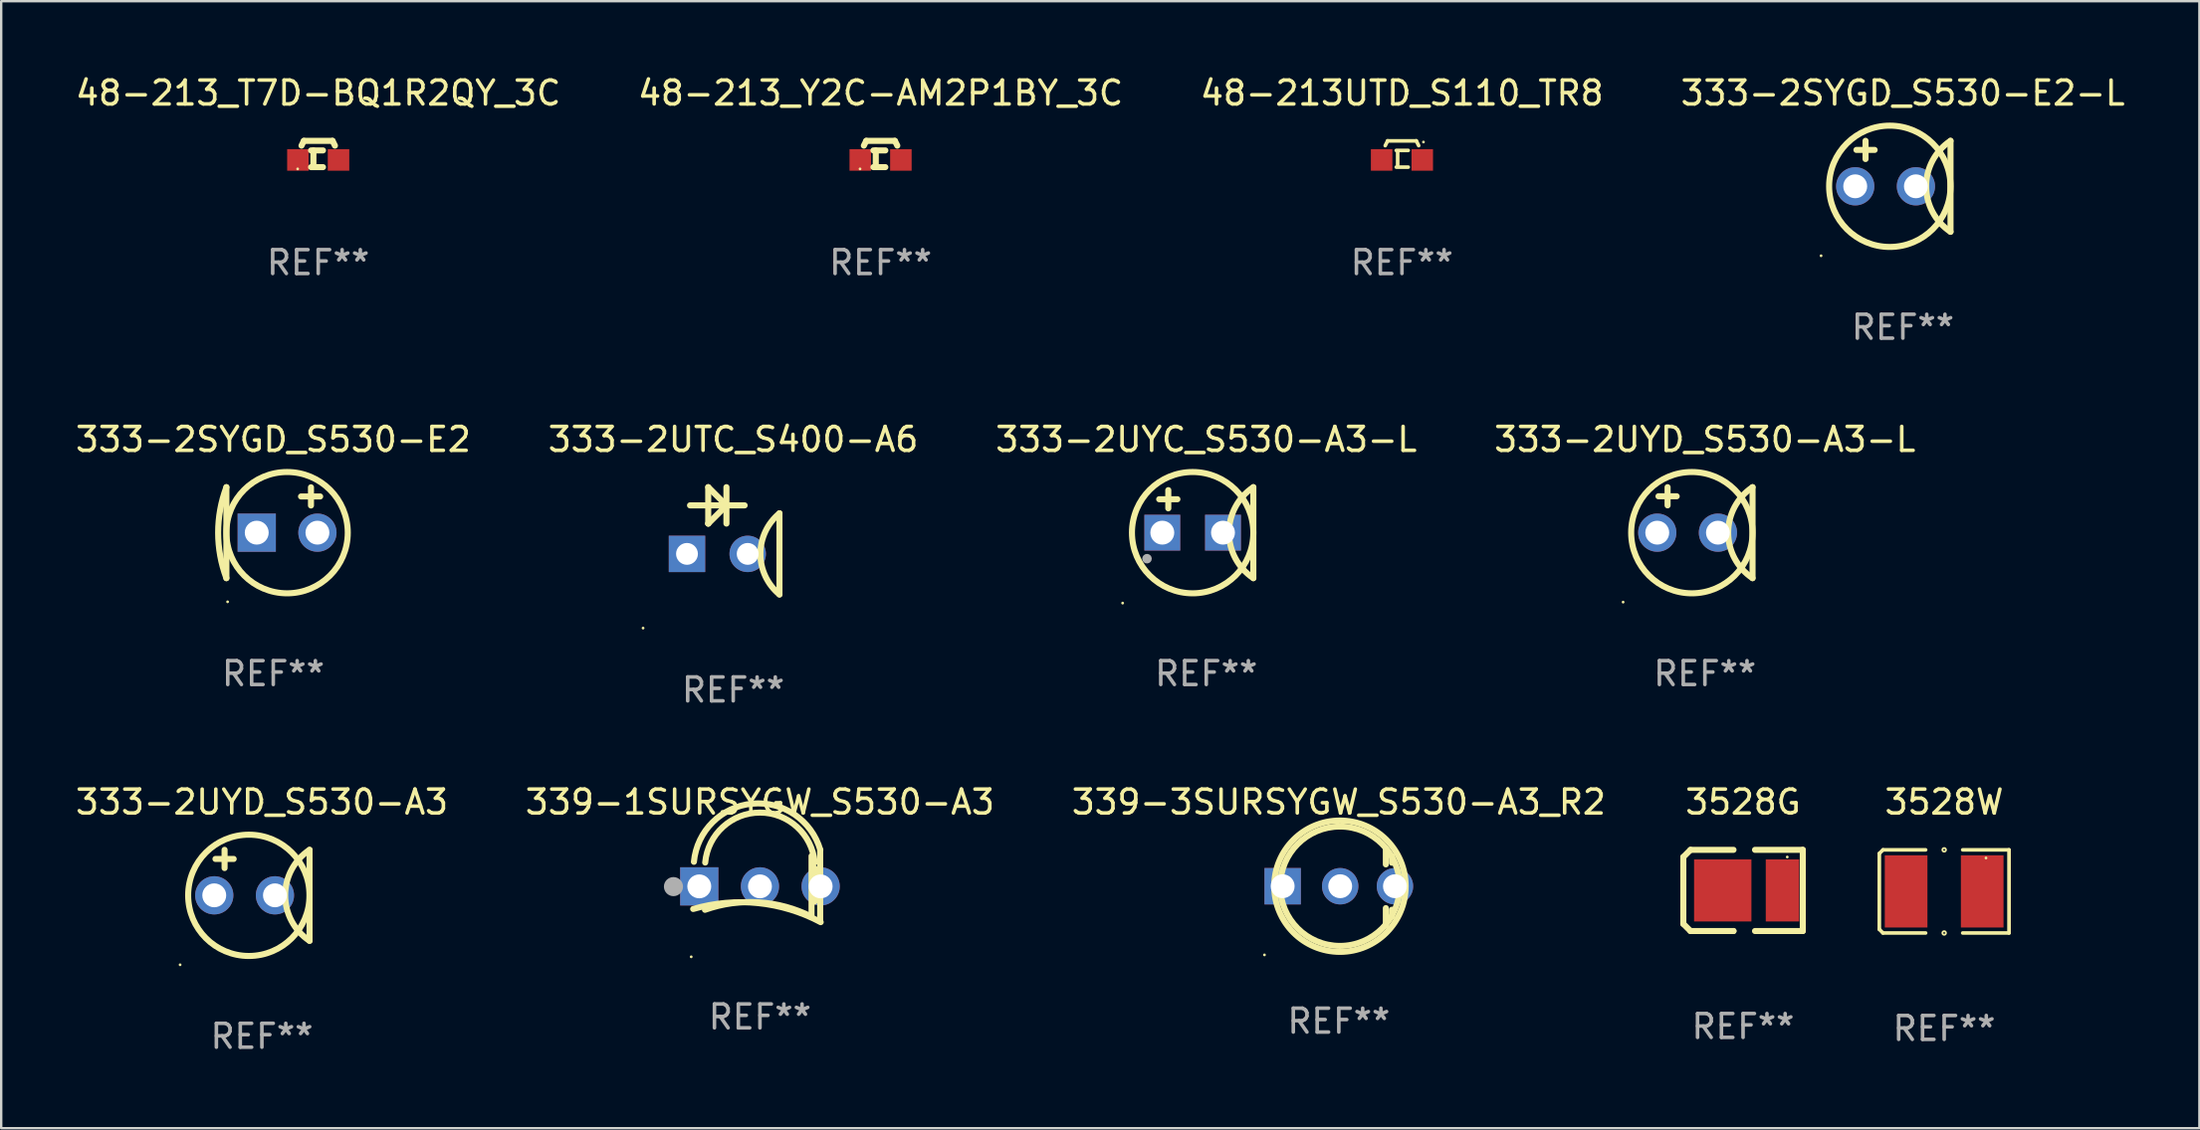
<source format=kicad_pcb>
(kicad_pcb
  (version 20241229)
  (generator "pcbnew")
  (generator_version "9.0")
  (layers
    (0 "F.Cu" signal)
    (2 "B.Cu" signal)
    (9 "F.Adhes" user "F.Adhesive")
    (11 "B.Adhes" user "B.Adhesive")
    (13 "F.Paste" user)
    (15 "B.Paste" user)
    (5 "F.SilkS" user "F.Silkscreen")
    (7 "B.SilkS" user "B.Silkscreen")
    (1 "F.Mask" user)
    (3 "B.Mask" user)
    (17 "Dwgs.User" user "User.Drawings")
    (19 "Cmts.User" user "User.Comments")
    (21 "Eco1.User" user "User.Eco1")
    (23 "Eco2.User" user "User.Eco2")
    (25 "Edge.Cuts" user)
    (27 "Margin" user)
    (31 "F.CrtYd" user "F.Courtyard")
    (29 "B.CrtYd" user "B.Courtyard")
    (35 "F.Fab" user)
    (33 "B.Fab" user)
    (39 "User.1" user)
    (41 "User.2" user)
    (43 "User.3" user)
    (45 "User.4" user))
  (footprint "3528G"
    (layer "F.Cu")
    (at 69.901 34.245)
    (property "Reference" "3528G" (at 0 -3.7 0) (layer "F.SilkS") (effects (font (size 1 1) (thickness 0.15))))
    (attr through_hole)
    (fp_line (start -2.5 1.4) (end -2.2 1.7) (stroke (width 0.254) (type solid)) (layer "F.SilkS"))
    (fp_line (start -2.5 -1.4) (end -2.5 1.4) (stroke (width 0.254) (type solid)) (layer "F.SilkS"))
    (fp_line (start -2.2 1.7) (end -0.4 1.7) (stroke (width 0.254) (type solid)) (layer "F.SilkS"))
    (fp_line (start -2.2 -1.7) (end -2.5 -1.4) (stroke (width 0.254) (type solid)) (layer "F.SilkS"))
    (fp_line (start -0.4 -1.7) (end -2.2 -1.7) (stroke (width 0.254) (type solid)) (layer "F.SilkS"))
    (fp_line (start -0.4 1.7) (end -0.4 1.7) (stroke (width 0.254) (type solid)) (layer "F.SilkS"))
    (fp_line (start 0.5 -1.7) (end 2.5 -1.7) (stroke (width 0.254) (type solid)) (layer "F.SilkS"))
    (fp_line (start 2.5 -1.7) (end 2.5 1.7) (stroke (width 0.254) (type solid)) (layer "F.SilkS"))
    (fp_line (start 2.5 1.7) (end 0.5 1.7) (stroke (width 0.254) (type solid)) (layer "F.SilkS"))
    (fp_circle (center 1.85 -1.4) (end 1.88 -1.4) (stroke (width 0.06) (type solid)) (fill no) (layer "F.SilkS"))
    (fp_text user "REF**" (at 0 5.7 0) (layer "F.Fab") (effects (font (size 1 1) (thickness 0.15))))
    (pad "1" smd rect (at 1.65 0 180) (size 1.4 2.6) (layers "F.Cu" "F.Mask" "F.Paste"))
    (pad "2" smd rect (at -0.85 0) (size 2.4 2.6) (layers "F.Cu" "F.Mask" "F.Paste")))
  (footprint "48-213_Y2C-AM2P1BY_3C"
    (layer "F.Cu")
    (at 33.804 3.399)
    (property "Reference" "48-213_Y2C-AM2P1BY_3C" (at 0 -2.551 0) (layer "F.SilkS") (effects (font (size 1 1) (thickness 0.15))))
    (attr through_hole)
    (fp_line (start -0.6 -0.549) (end 0.6 -0.549) (stroke (width 0.254) (type solid)) (layer "F.SilkS"))
    (fp_line (start -0.6 -0.551) (end -0.7 -0.349) (stroke (width 0.254) (type solid)) (layer "F.SilkS"))
    (fp_line (start -0.3 -0.149) (end 0.2 -0.149) (stroke (width 0.254) (type solid)) (layer "F.SilkS"))
    (fp_line (start -0.3 0.551) (end 0.2 0.551) (stroke (width 0.254) (type solid)) (layer "F.SilkS"))
    (fp_line (start -0.201 0.451) (end -0.201 -0.148) (stroke (width 0.254) (type solid)) (layer "F.SilkS"))
    (fp_line (start 0.599 -0.551) (end 0.7 -0.349) (stroke (width 0.254) (type solid)) (layer "F.SilkS"))
    (fp_circle (center -0.86 0.625) (end -0.83 0.625) (stroke (width 0.06) (type solid)) (fill no) (layer "F.SilkS"))
    (fp_text user "REF**" (at 0 4.551 0) (layer "F.Fab") (effects (font (size 1 1) (thickness 0.15))))
    (pad "1" smd rect (at -0.85 0.251) (size 0.9 0.9) (layers "F.Cu" "F.Mask" "F.Paste"))
    (pad "2" smd rect (at 0.85 0.251) (size 0.9 0.9) (layers "F.Cu" "F.Mask" "F.Paste")))
  (footprint "333-2UYD_S530-A3"
    (layer "F.Cu")
    (at 7.911 34.45)
    (property "Reference" "333-2UYD_S530-A3" (at 0 -3.905 0) (layer "F.SilkS") (effects (font (size 1 1) (thickness 0.15))))
    (attr through_hole)
    (fp_line (start -1.943 -1.524) (end -1.181 -1.524) (stroke (width 0.254) (type solid)) (layer "F.SilkS"))
    (fp_line (start -1.562 -1.143) (end -1.562 -1.905) (stroke (width 0.254) (type solid)) (layer "F.SilkS"))
    (fp_line (start 1.994 1.905) (end 1.994 -1.905) (stroke (width 0.254) (type solid)) (layer "F.SilkS"))
    (fp_arc (start 1.993899 1.905) (mid 0.974377 0) (end 1.993899 -1.905) (stroke (width 0.254001) (type solid)) (layer "F.SilkS"))
    (fp_circle (center -3.423 2.909) (end -3.393 2.909) (stroke (width 0.06) (type solid)) (fill no) (layer "F.SilkS"))
    (fp_circle (center -0.546 0) (end 1.994 0) (stroke (width 0.254) (type solid)) (fill no) (layer "F.SilkS"))
    (fp_text user "REF**" (at 0 5.905 0) (layer "F.Fab") (effects (font (size 1 1) (thickness 0.15))))
    (pad "1" thru_hole circle (at -1.994 0) (size 1.6 1.6) (drill 1) (layers "*.Cu" "*.Mask"))
    (pad "2" thru_hole circle (at 0.546 0) (size 1.6 1.6) (drill 1) (layers "*.Cu" "*.Mask")))
  (footprint "333-2UYD_S530-A3-L"
    (layer "F.Cu")
    (at 68.304 19.26)
    (property "Reference" "333-2UYD_S530-A3-L" (at 0 -3.905 0) (layer "F.SilkS") (effects (font (size 1 1) (thickness 0.15))))
    (attr through_hole)
    (fp_line (start -1.943 -1.524) (end -1.181 -1.524) (stroke (width 0.254) (type solid)) (layer "F.SilkS"))
    (fp_line (start -1.562 -1.143) (end -1.562 -1.905) (stroke (width 0.254) (type solid)) (layer "F.SilkS"))
    (fp_line (start 1.994 1.905) (end 1.994 -1.905) (stroke (width 0.254) (type solid)) (layer "F.SilkS"))
    (fp_arc (start 1.993899 1.905) (mid 0.974377 0) (end 1.993899 -1.905) (stroke (width 0.254001) (type solid)) (layer "F.SilkS"))
    (fp_circle (center -3.423 2.909) (end -3.393 2.909) (stroke (width 0.06) (type solid)) (fill no) (layer "F.SilkS"))
    (fp_circle (center -0.546 0) (end 1.994 0) (stroke (width 0.254) (type solid)) (fill no) (layer "F.SilkS"))
    (fp_text user "REF**" (at 0 5.905 0) (layer "F.Fab") (effects (font (size 1 1) (thickness 0.15))))
    (pad "1" thru_hole circle (at -1.994 0) (size 1.6 1.6) (drill 1) (layers "*.Cu" "*.Mask"))
    (pad "2" thru_hole circle (at 0.546 0) (size 1.6 1.6) (drill 1) (layers "*.Cu" "*.Mask")))
  (footprint "333-2SYGD_S530-E2"
    (layer "F.Cu")
    (at 8.387 19.26)
    (property "Reference" "333-2SYGD_S530-E2" (at 0 -3.905 0) (layer "F.SilkS") (effects (font (size 1 1) (thickness 0.15))))
    (attr through_hole)
    (fp_line (start -1.962 -1.905) (end -1.962 1.905) (stroke (width 0.254) (type solid)) (layer "F.SilkS"))
    (fp_line (start 1.578 -1.138) (end 1.578 -1.9) (stroke (width 0.254) (type solid)) (layer "F.SilkS"))
    (fp_line (start 1.962 -1.516) (end 1.162 -1.516) (stroke (width 0.254) (type solid)) (layer "F.SilkS"))
    (fp_arc (start -1.961996 1.905) (mid -2.307438 0) (end -1.961996 -1.905) (stroke (width 0.254001) (type solid)) (layer "F.SilkS"))
    (fp_circle (center -1.911 2.896) (end -1.881 2.896) (stroke (width 0.06) (type solid)) (fill no) (layer "F.SilkS"))
    (fp_circle (center 0.578 0) (end 3.118 0) (stroke (width 0.254) (type solid)) (fill no) (layer "F.SilkS"))
    (fp_text user "REF**" (at 0 5.905 0) (layer "F.Fab") (effects (font (size 1 1) (thickness 0.15))))
    (pad "1" thru_hole rect (at -0.692 0 180) (size 1.6 1.6) (drill 1) (layers "*.Cu" "*.Mask"))
    (pad "2" thru_hole circle (at 1.848 0) (size 1.6 1.6) (drill 1) (layers "*.Cu" "*.Mask")))
  (footprint "3528W"
    (layer "F.Cu")
    (at 78.318 34.286)
    (property "Reference" "3528W" (at 0 -3.741 0) (layer "F.SilkS") (effects (font (size 1 1) (thickness 0.15))))
    (attr through_hole)
    (fp_line (start -2.714 -1.588) (end -2.561 -1.741) (stroke (width 0.152) (type solid)) (layer "F.SilkS"))
    (fp_line (start -2.714 1.588) (end -2.714 -1.588) (stroke (width 0.152) (type solid)) (layer "F.SilkS"))
    (fp_line (start -2.561 -1.741) (end -0.776 -1.741) (stroke (width 0.152) (type solid)) (layer "F.SilkS"))
    (fp_line (start -2.561 1.741) (end -2.714 1.588) (stroke (width 0.152) (type solid)) (layer "F.SilkS"))
    (fp_line (start -0.776 1.741) (end -2.561 1.741) (stroke (width 0.152) (type solid)) (layer "F.SilkS"))
    (fp_line (start 0.776 1.741) (end 2.714 1.741) (stroke (width 0.152) (type solid)) (layer "F.SilkS"))
    (fp_line (start 2.714 -1.741) (end 0.776 -1.741) (stroke (width 0.152) (type solid)) (layer "F.SilkS"))
    (fp_line (start 2.714 1.741) (end 2.714 -1.741) (stroke (width 0.152) (type solid)) (layer "F.SilkS"))
    (fp_circle (center 0.000076 -1.741) (end 0.038 -1.741) (stroke (width 0.076) (type solid)) (fill no) (layer "F.SilkS"))
    (fp_circle (center 0.000076 1.741) (end 0.038 1.741) (stroke (width 0.076) (type solid)) (fill no) (layer "F.SilkS"))
    (fp_circle (center 1.75 -1.4) (end 1.78 -1.4) (stroke (width 0.06) (type solid)) (fill no) (layer "F.SilkS"))
    (fp_text user "REF**" (at 0 5.741 0) (layer "F.Fab") (effects (font (size 1 1) (thickness 0.15))))
    (pad "1" smd rect (at 1.592 -0.000025 180) (size 1.785 3.024) (layers "F.Cu" "F.Mask" "F.Paste"))
    (pad "2" smd rect (at -1.593 -0.000025 180) (size 1.785 3.024) (layers "F.Cu" "F.Mask" "F.Paste")))
  (footprint "333-2SYGD_S530-E2-L"
    (layer "F.Cu")
    (at 76.589 4.753)
    (property "Reference" "333-2SYGD_S530-E2-L" (at 0 -3.905 0) (layer "F.SilkS") (effects (font (size 1 1) (thickness 0.15))))
    (attr through_hole)
    (fp_line (start -1.943 -1.524) (end -1.181 -1.524) (stroke (width 0.254) (type solid)) (layer "F.SilkS"))
    (fp_line (start -1.562 -1.143) (end -1.562 -1.905) (stroke (width 0.254) (type solid)) (layer "F.SilkS"))
    (fp_line (start 1.994 1.905) (end 1.994 -1.905) (stroke (width 0.254) (type solid)) (layer "F.SilkS"))
    (fp_arc (start 1.993899 1.905) (mid 0.974377 0) (end 1.993899 -1.905) (stroke (width 0.254001) (type solid)) (layer "F.SilkS"))
    (fp_circle (center -3.423 2.909) (end -3.393 2.909) (stroke (width 0.06) (type solid)) (fill no) (layer "F.SilkS"))
    (fp_circle (center -0.546 0) (end 1.994 0) (stroke (width 0.254) (type solid)) (fill no) (layer "F.SilkS"))
    (fp_text user "REF**" (at 0 5.905 0) (layer "F.Fab") (effects (font (size 1 1) (thickness 0.15))))
    (pad "1" thru_hole circle (at -1.994 0) (size 1.6 1.6) (drill 1) (layers "*.Cu" "*.Mask"))
    (pad "2" thru_hole circle (at 0.546 0) (size 1.6 1.6) (drill 1) (layers "*.Cu" "*.Mask")))
  (footprint "339-3SURSYGW_S530-A3_R2"
    (layer "F.Cu")
    (at 52.982 34.133)
    (property "Reference" "339-3SURSYGW_S530-A3_R2" (at 0 -3.588 0) (layer "F.SilkS") (effects (font (size 1 1) (thickness 0.15))))
    (attr through_hole)
    (fp_line (start 1.969 -1.588) (end 1.969 -0.98) (stroke (width 0.254) (type solid)) (layer "F.SilkS"))
    (fp_line (start 1.969 0.853) (end 1.969 1.588) (stroke (width 0.254) (type solid)) (layer "F.SilkS"))
    (fp_line (start 2.223 -1.334) (end 2.223 -1.048) (stroke (width 0.254) (type solid)) (layer "F.SilkS"))
    (fp_line (start 2.223 0.921) (end 2.223 1.207) (stroke (width 0.254) (type solid)) (layer "F.SilkS"))
    (fp_circle (center -3.112 2.812) (end -3.082 2.812) (stroke (width 0.06) (type solid)) (fill no) (layer "F.SilkS"))
    (fp_circle (center 0.048 -0.065) (end 2.798 -0.065) (stroke (width 0.254) (type solid)) (fill no) (layer "F.SilkS"))
    (fp_circle (center 0.048 -0.064) (end 2.548 -0.064) (stroke (width 0.254) (type solid)) (fill no) (layer "F.SilkS"))
    (fp_text user "REF**" (at 0 5.588 0) (layer "F.Fab") (effects (font (size 1 1) (thickness 0.15))))
    (pad "1" thru_hole rect (at -2.35 -0.064) (size 1.524 1.524) (drill 1) (layers "*.Cu" "*.Mask"))
    (pad "2" thru_hole circle (at 0.058 -0.064) (size 1.524 1.524) (drill 1) (layers "*.Cu" "*.Mask"))
    (pad "3" thru_hole circle (at 2.35 -0.064) (size 1.524 1.524) (drill 1) (layers "*.Cu" "*.Mask")))
  (footprint "333-2UTC_S400-A6"
    (layer "F.Cu")
    (at 27.637 19.602)
    (property "Reference" "333-2UTC_S400-A6" (at 0 -4.247 0) (layer "F.SilkS") (effects (font (size 1 1) (thickness 0.15))))
    (attr through_hole)
    (fp_line (start -1.808 -1.485) (end 0.478 -1.485) (stroke (width 0.254) (type solid)) (layer "F.SilkS"))
    (fp_line (start -1.046 -2.247) (end -1.046 -0.723) (stroke (width 0.254) (type solid)) (layer "F.SilkS"))
    (fp_line (start -1.046 -0.723) (end -1.044 -0.723) (stroke (width 0.254) (type solid)) (layer "F.SilkS"))
    (fp_line (start -1.044 -0.723) (end -0.282 -1.485) (stroke (width 0.254) (type solid)) (layer "F.SilkS"))
    (fp_line (start -0.284 -2.247) (end -0.284 -0.723) (stroke (width 0.254) (type solid)) (layer "F.SilkS"))
    (fp_line (start -0.284 -1.485) (end -1.046 -2.247) (stroke (width 0.254) (type solid)) (layer "F.SilkS"))
    (fp_line (start -0.278 -1.485) (end -0.284 -1.485) (stroke (width 0.254) (type solid)) (layer "F.SilkS"))
    (fp_line (start 1.935 -1.153) (end 1.935 2.247) (stroke (width 0.254) (type solid)) (layer "F.SilkS"))
    (fp_arc (start 1.935979 2.246266) (mid 1.1372 0.547002) (end 1.93598 -1.152261) (stroke (width 0.254001) (type solid)) (layer "F.SilkS"))
    (fp_circle (center -3.773 3.655) (end -3.743 3.655) (stroke (width 0.06) (type solid)) (fill no) (layer "F.SilkS"))
    (fp_text user "REF**" (at 0 6.247 0) (layer "F.Fab") (effects (font (size 1 1) (thickness 0.15))))
    (pad "1" thru_hole rect (at -1.935 0.547) (size 1.524 1.524) (drill 0.914) (layers "*.Cu" "*.Mask"))
    (pad "2" thru_hole circle (at 0.605 0.547) (size 1.524 1.524) (drill 0.914) (layers "*.Cu" "*.Mask")))
  (footprint "333-2UYC_S530-A3-L"
    (layer "F.Cu")
    (at 47.435 19.26)
    (property "Reference" "333-2UYC_S530-A3-L" (at 0 -3.905 0) (layer "F.SilkS") (effects (font (size 1 1) (thickness 0.15))))
    (attr through_hole)
    (fp_line (start -1.97 -1.4) (end -1.208 -1.4) (stroke (width 0.254) (type solid)) (layer "F.SilkS"))
    (fp_line (start -1.589 -1.019) (end -1.589 -1.781) (stroke (width 0.254) (type solid)) (layer "F.SilkS"))
    (fp_line (start 1.97 1.905) (end 1.97 -1.905) (stroke (width 0.254) (type solid)) (layer "F.SilkS"))
    (fp_arc (start 1.970023 1.905) (mid 0.950501 0) (end 1.970023 -1.905) (stroke (width 0.254001) (type solid)) (layer "F.SilkS"))
    (fp_circle (center -3.5 2.95) (end -3.47 2.95) (stroke (width 0.06) (type solid)) (fill no) (layer "F.SilkS"))
    (fp_circle (center -0.57 0) (end 1.97 0) (stroke (width 0.254) (type solid)) (fill no) (layer "F.SilkS"))
    (fp_circle (center -2.48 1.09) (end -2.38 1.09) (stroke (width 0.2) (type solid)) (fill no) (layer "F.Fab"))
    (fp_text user "REF**" (at 0 5.905 0) (layer "F.Fab") (effects (font (size 1 1) (thickness 0.15))))
    (pad "1" thru_hole rect (at -1.84 0) (size 1.5 1.5) (drill 1) (layers "*.Cu" "*.Mask"))
    (pad "2" thru_hole rect (at 0.7 0) (size 1.5 1.5) (drill 1) (layers "*.Cu" "*.Mask")))
  (footprint "48-213_T7D-BQ1R2QY_3C"
    (layer "F.Cu")
    (at 10.268 3.399)
    (property "Reference" "48-213_T7D-BQ1R2QY_3C" (at 0 -2.551 0) (layer "F.SilkS") (effects (font (size 1 1) (thickness 0.15))))
    (attr through_hole)
    (fp_line (start -0.6 -0.549) (end 0.6 -0.549) (stroke (width 0.254) (type solid)) (layer "F.SilkS"))
    (fp_line (start -0.6 -0.551) (end -0.7 -0.349) (stroke (width 0.254) (type solid)) (layer "F.SilkS"))
    (fp_line (start -0.3 -0.149) (end 0.2 -0.149) (stroke (width 0.254) (type solid)) (layer "F.SilkS"))
    (fp_line (start -0.3 0.551) (end 0.2 0.551) (stroke (width 0.254) (type solid)) (layer "F.SilkS"))
    (fp_line (start -0.201 0.451) (end -0.201 -0.148) (stroke (width 0.254) (type solid)) (layer "F.SilkS"))
    (fp_line (start 0.599 -0.551) (end 0.7 -0.349) (stroke (width 0.254) (type solid)) (layer "F.SilkS"))
    (fp_circle (center -0.86 0.625) (end -0.83 0.625) (stroke (width 0.06) (type solid)) (fill no) (layer "F.SilkS"))
    (fp_text user "REF**" (at 0 4.551 0) (layer "F.Fab") (effects (font (size 1 1) (thickness 0.15))))
    (pad "1" smd rect (at -0.85 0.251) (size 0.9 0.9) (layers "F.Cu" "F.Mask" "F.Paste"))
    (pad "2" smd rect (at 0.85 0.251) (size 0.9 0.9) (layers "F.Cu" "F.Mask" "F.Paste")))
  (footprint "48-213UTD_S110_TR8"
    (layer "F.Cu")
    (at 55.625 3.399)
    (property "Reference" "48-213UTD_S110_TR8" (at 0 -2.551 0) (layer "F.SilkS") (effects (font (size 1 1) (thickness 0.15))))
    (attr through_hole)
    (fp_line (start -0.599 -0.551) (end -0.7 -0.349) (stroke (width 0.152) (type solid)) (layer "F.SilkS"))
    (fp_line (start -0.18 0.471) (end -0.18 -0.129) (stroke (width 0.152) (type solid)) (layer "F.SilkS"))
    (fp_line (start 0.262 -0.149) (end -0.238 -0.149) (stroke (width 0.152) (type solid)) (layer "F.SilkS"))
    (fp_line (start 0.262 0.551) (end -0.238 0.551) (stroke (width 0.152) (type solid)) (layer "F.SilkS"))
    (fp_line (start 0.6 -0.551) (end 0.7 -0.349) (stroke (width 0.152) (type solid)) (layer "F.SilkS"))
    (fp_line (start 0.6 -0.549) (end -0.6 -0.549) (stroke (width 0.152) (type solid)) (layer "F.SilkS"))
    (fp_circle (center 0.9 -0.5) (end 0.93 -0.5) (stroke (width 0.06) (type solid)) (fill no) (layer "F.SilkS"))
    (fp_text user "REF**" (at 0 4.551 0) (layer "F.Fab") (effects (font (size 1 1) (thickness 0.15))))
    (pad "1" smd rect (at 0.85 0.251) (size 0.9 0.9) (layers "F.Cu" "F.Mask" "F.Paste"))
    (pad "2" smd rect (at -0.85 0.251) (size 0.9 0.9) (layers "F.Cu" "F.Mask" "F.Paste")))
  (footprint "339-1SURSYGW_S530-A3"
    (layer "F.Cu")
    (at 28.756 34.045)
    (property "Reference" "339-1SURSYGW_S530-A3" (at 0 -3.5 0) (layer "F.SilkS") (effects (font (size 1 1) (thickness 0.15))))
    (attr through_hole)
    (fp_line (start 2.159 -1.24) (end 2.159 1.3) (stroke (width 0.254) (type solid)) (layer "F.SilkS"))
    (fp_line (start 2.286 -0.732) (end 2.286 0.665) (stroke (width 0.254) (type solid)) (layer "F.SilkS"))
    (fp_line (start 2.52 -1.5) (end 2.52 1.5) (stroke (width 0.254) (type solid)) (layer "F.SilkS"))
    (fp_arc (start -2.79431 0.976848) (mid -0.072475 0.731584) (end 2.541758 1.52803) (stroke (width 0.254001) (type solid)) (layer "F.SilkS"))
    (fp_arc (start -2.764008 -0.999758) (mid -0.323263 -3.434716) (end 2.525806 -1.493307) (stroke (width 0.254001) (type solid)) (layer "F.SilkS"))
    (fp_arc (start -2.300305 1.010706) (mid -0.043043 0.697773) (end 2.155372 1.297879) (stroke (width 0.254001) (type solid)) (layer "F.SilkS"))
    (fp_arc (start -2.291543 -0.968465) (mid -0.000907 -3.060942) (end 2.290958 -0.969812) (stroke (width 0.254001) (type solid)) (layer "F.SilkS"))
    (fp_circle (center -2.877 2.98) (end -2.847 2.98) (stroke (width 0.06) (type solid)) (fill no) (layer "F.SilkS"))
    (fp_circle (center -3.62 0.04) (end -3.42 0.04) (stroke (width 0.4) (type solid)) (fill no) (layer "F.Fab"))
    (fp_text user "REF**" (at 0 5.5 0) (layer "F.Fab") (effects (font (size 1 1) (thickness 0.15))))
    (pad "1" thru_hole rect (at -2.54 0.03) (size 1.6 1.6) (drill 1) (layers "*.Cu" "*.Mask"))
    (pad "2" thru_hole circle (at 0 0.03) (size 1.6 1.6) (drill 1) (layers "*.Cu" "*.Mask"))
    (pad "3" thru_hole circle (at 2.54 0.03) (size 1.6 1.6) (drill 1) (layers "*.Cu" "*.Mask")))
  (gr_rect
    (start -3 -3)
    (end 89 44.204)
    (stroke (width 0.1) (type default))
    (fill no)
    (layer "Edge.Cuts")))
</source>
